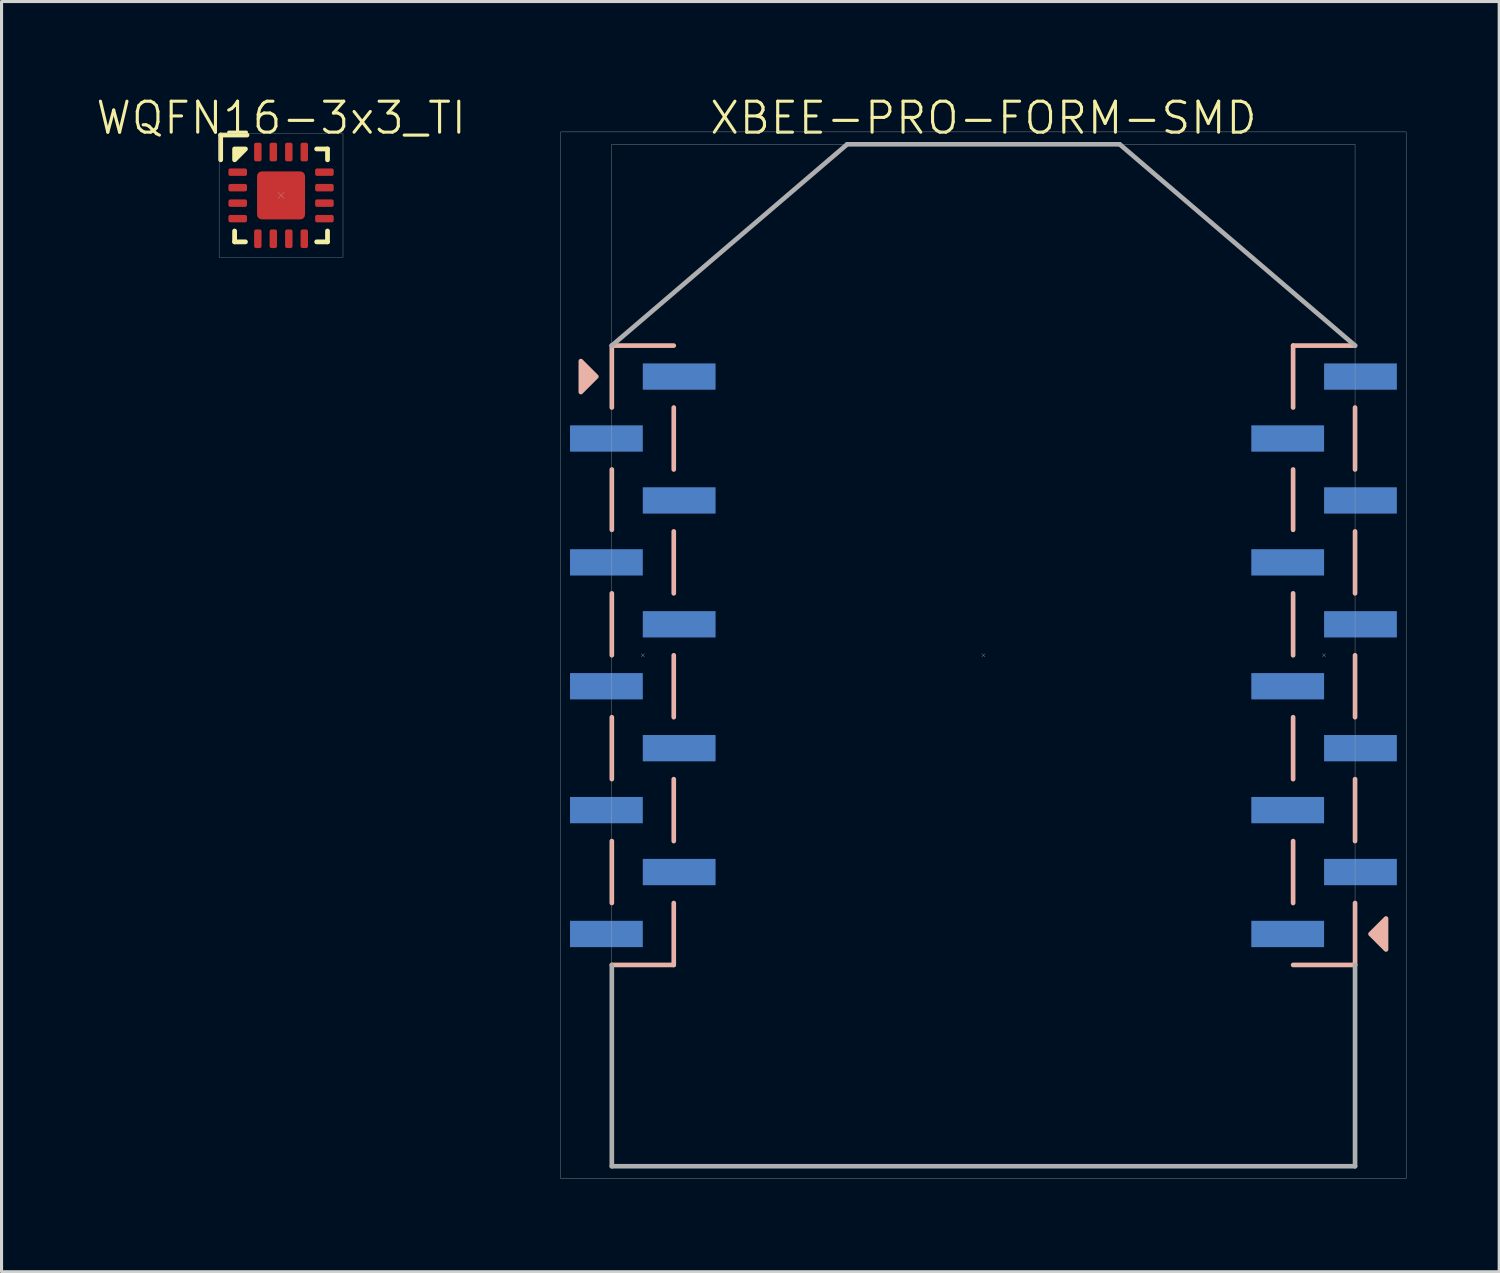
<source format=kicad_pcb>
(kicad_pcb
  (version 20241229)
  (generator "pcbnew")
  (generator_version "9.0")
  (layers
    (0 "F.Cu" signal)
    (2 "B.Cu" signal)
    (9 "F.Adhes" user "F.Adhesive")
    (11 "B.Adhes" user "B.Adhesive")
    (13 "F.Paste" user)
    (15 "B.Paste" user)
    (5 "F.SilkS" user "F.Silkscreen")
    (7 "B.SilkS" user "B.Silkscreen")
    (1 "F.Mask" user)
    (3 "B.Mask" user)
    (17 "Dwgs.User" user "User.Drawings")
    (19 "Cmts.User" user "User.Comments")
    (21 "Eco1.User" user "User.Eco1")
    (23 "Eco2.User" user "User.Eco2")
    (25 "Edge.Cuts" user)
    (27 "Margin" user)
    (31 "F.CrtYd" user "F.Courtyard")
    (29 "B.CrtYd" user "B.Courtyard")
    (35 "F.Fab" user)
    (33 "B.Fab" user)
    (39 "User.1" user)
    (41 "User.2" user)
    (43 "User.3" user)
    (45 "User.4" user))
  (footprint "XBEE-PRO-FORM-SMD"
    (layer "F.Cu")
    (at 28.707 18.11)
    (property "Reference" "XBEE-PRO-FORM-SMD" (at 0 -17.35 0) (unlocked yes) (layer "F.SilkS") (effects (font (size 1 1) (thickness 0.1))))
    (attr smd)
    (fp_line (start -12 -10) (end -12 -8) (stroke (width 0.15) (type default)) (layer "B.SilkS"))
    (fp_line (start -12 -6) (end -12 -4.05) (stroke (width 0.15) (type default)) (layer "B.SilkS"))
    (fp_line (start -12 -2) (end -12 0) (stroke (width 0.15) (type default)) (layer "B.SilkS"))
    (fp_line (start -12 2) (end -12 4) (stroke (width 0.15) (type default)) (layer "B.SilkS"))
    (fp_line (start -12 6) (end -12 8) (stroke (width 0.15) (type default)) (layer "B.SilkS"))
    (fp_line (start -10 -10) (end -12 -10) (stroke (width 0.15) (type default)) (layer "B.SilkS"))
    (fp_line (start -10 -6) (end -10 -8) (stroke (width 0.15) (type default)) (layer "B.SilkS"))
    (fp_line (start -10 -2) (end -10 -4) (stroke (width 0.15) (type default)) (layer "B.SilkS"))
    (fp_line (start -10 2) (end -10 0) (stroke (width 0.15) (type default)) (layer "B.SilkS"))
    (fp_line (start -10 6) (end -10 4) (stroke (width 0.15) (type default)) (layer "B.SilkS"))
    (fp_line (start -10 10) (end -12 10) (stroke (width 0.15) (type default)) (layer "B.SilkS"))
    (fp_line (start -10 10) (end -10 8) (stroke (width 0.15) (type default)) (layer "B.SilkS"))
    (fp_line (start 10 -10) (end 10 -8) (stroke (width 0.15) (type default)) (layer "B.SilkS"))
    (fp_line (start 10 -6) (end 10 -4.05) (stroke (width 0.15) (type default)) (layer "B.SilkS"))
    (fp_line (start 10 -2) (end 10 0) (stroke (width 0.15) (type default)) (layer "B.SilkS"))
    (fp_line (start 10 2) (end 10 4) (stroke (width 0.15) (type default)) (layer "B.SilkS"))
    (fp_line (start 10 6) (end 10 8) (stroke (width 0.15) (type default)) (layer "B.SilkS"))
    (fp_line (start 12 -10) (end 10 -10) (stroke (width 0.15) (type default)) (layer "B.SilkS"))
    (fp_line (start 12 -6) (end 12 -8) (stroke (width 0.15) (type default)) (layer "B.SilkS"))
    (fp_line (start 12 -2) (end 12 -4) (stroke (width 0.15) (type default)) (layer "B.SilkS"))
    (fp_line (start 12 2) (end 12 0) (stroke (width 0.15) (type default)) (layer "B.SilkS"))
    (fp_line (start 12 6) (end 12 4) (stroke (width 0.15) (type default)) (layer "B.SilkS"))
    (fp_line (start 12 10) (end 10 10) (stroke (width 0.15) (type default)) (layer "B.SilkS"))
    (fp_line (start 12 10) (end 12 8) (stroke (width 0.15) (type default)) (layer "B.SilkS"))
    (fp_poly (pts (xy -12.5 -9) (xy -13 -9.5) (xy -13 -8.5)) (stroke (width 0.15) (type solid)) (fill yes) (layer "B.SilkS"))
    (fp_poly (pts (xy 12.5 9) (xy 13 9.5) (xy 13 8.5)) (stroke (width 0.15) (type solid)) (fill yes) (layer "B.SilkS"))
    (fp_line (start -12 -10) (end -4.4 -16.5) (stroke (width 0.15) (type default)) (layer "F.Fab"))
    (fp_line (start -12 10) (end -12 16.5) (stroke (width 0.15) (type default)) (layer "F.Fab"))
    (fp_line (start -12 16.5) (end 12 16.5) (stroke (width 0.15) (type default)) (layer "F.Fab"))
    (fp_line (start -11.05 0.05) (end -10.95 -0.05) (stroke (width 0.01) (type default)) (layer "F.Fab"))
    (fp_line (start -10.95 0.05) (end -11.05 -0.05) (stroke (width 0.01) (type default)) (layer "F.Fab"))
    (fp_line (start -4.4 -16.5) (end 4.4 -16.5) (stroke (width 0.15) (type default)) (layer "F.Fab"))
    (fp_line (start -0.05 -0.05) (end 0.05 0.05) (stroke (width 0.01) (type default)) (layer "F.Fab"))
    (fp_line (start 0.05 -0.05) (end -0.05 0.05) (stroke (width 0.01) (type default)) (layer "F.Fab"))
    (fp_line (start 4.4 -16.5) (end 12 -10) (stroke (width 0.15) (type default)) (layer "F.Fab"))
    (fp_line (start 10.95 0.05) (end 11.05 -0.05) (stroke (width 0.01) (type default)) (layer "F.Fab"))
    (fp_line (start 11.05 0.05) (end 10.95 -0.05) (stroke (width 0.01) (type default)) (layer "F.Fab"))
    (fp_line (start 12 16.5) (end 12 10) (stroke (width 0.15) (type default)) (layer "F.Fab"))
    (fp_rect (start -13.65 -16.9) (end 13.65 16.9) (stroke (width 0.01) (type default)) (fill no) (layer "F.Fab"))
    (fp_rect (start -12 -16.5) (end 12 16.5) (stroke (width 0.01) (type default)) (fill no) (layer "F.Fab"))
    (pad "1" smd rect (at -9.825 -9 270) (size 0.85 2.35) (layers "B.Cu" "B.Mask" "B.Paste"))
    (pad "2" smd rect (at -12.175 -7 270) (size 0.85 2.35) (layers "B.Cu" "B.Mask" "B.Paste"))
    (pad "3" smd rect (at -9.825 -5 270) (size 0.85 2.35) (layers "B.Cu" "B.Mask" "B.Paste"))
    (pad "4" smd rect (at -12.175 -3 270) (size 0.85 2.35) (layers "B.Cu" "B.Mask" "B.Paste"))
    (pad "5" smd rect (at -9.825 -1 270) (size 0.85 2.35) (layers "B.Cu" "B.Mask" "B.Paste"))
    (pad "6" smd rect (at -12.175 1 270) (size 0.85 2.35) (layers "B.Cu" "B.Mask" "B.Paste"))
    (pad "7" smd rect (at -9.825 3 270) (size 0.85 2.35) (layers "B.Cu" "B.Mask" "B.Paste"))
    (pad "8" smd rect (at -12.175 5 270) (size 0.85 2.35) (layers "B.Cu" "B.Mask" "B.Paste"))
    (pad "9" smd rect (at -9.825 7 270) (size 0.85 2.35) (layers "B.Cu" "B.Mask" "B.Paste"))
    (pad "10" smd rect (at -12.175 9 270) (size 0.85 2.35) (layers "B.Cu" "B.Mask" "B.Paste"))
    (pad "11" smd rect (at 9.825 9 270) (size 0.85 2.35) (layers "B.Cu" "B.Mask" "B.Paste"))
    (pad "12" smd rect (at 12.175 7 270) (size 0.85 2.35) (layers "B.Cu" "B.Mask" "B.Paste"))
    (pad "13" smd rect (at 9.825 5 270) (size 0.85 2.35) (layers "B.Cu" "B.Mask" "B.Paste"))
    (pad "14" smd rect (at 12.175 3 270) (size 0.85 2.35) (layers "B.Cu" "B.Mask" "B.Paste"))
    (pad "15" smd rect (at 9.825 1 270) (size 0.85 2.35) (layers "B.Cu" "B.Mask" "B.Paste"))
    (pad "16" smd rect (at 12.175 -1 270) (size 0.85 2.35) (layers "B.Cu" "B.Mask" "B.Paste"))
    (pad "17" smd rect (at 9.825 -3 270) (size 0.85 2.35) (layers "B.Cu" "B.Mask" "B.Paste"))
    (pad "18" smd rect (at 12.175 -5 270) (size 0.85 2.35) (layers "B.Cu" "B.Mask" "B.Paste"))
    (pad "19" smd rect (at 9.825 -7 270) (size 0.85 2.35) (layers "B.Cu" "B.Mask" "B.Paste"))
    (pad "20" smd rect (at 12.175 -9 270) (size 0.85 2.35) (layers "B.Cu" "B.Mask" "B.Paste")))
  (footprint "WQFN16-3x3_TI"
    (layer "F.Cu")
    (at 6.026 3.26)
    (property "Reference" "WQFN16-3x3_TI" (at 0 -2.5 0) (unlocked yes) (layer "F.SilkS") (effects (font (size 1 1) (thickness 0.1))))
    (attr smd)
    (fp_line (start -1.95 -1.95) (end -1.1 -1.95) (stroke (width 0.154) (type default)) (layer "F.SilkS"))
    (fp_line (start -1.95 -1.15) (end -1.95 -1.95) (stroke (width 0.154) (type default)) (layer "F.SilkS"))
    (fp_line (start -1.5 1.5) (end -1.5 1.15) (stroke (width 0.154) (type default)) (layer "F.SilkS"))
    (fp_line (start -1.5 1.5) (end -1.15 1.5) (stroke (width 0.154) (type default)) (layer "F.SilkS"))
    (fp_line (start 1.15 -1.5) (end 1.5 -1.5) (stroke (width 0.154) (type default)) (layer "F.SilkS"))
    (fp_line (start 1.5 -1.5) (end 1.5 -1.15) (stroke (width 0.154) (type default)) (layer "F.SilkS"))
    (fp_line (start 1.5 1.5) (end 1.15 1.5) (stroke (width 0.154) (type default)) (layer "F.SilkS"))
    (fp_line (start 1.5 1.5) (end 1.5 1.15) (stroke (width 0.154) (type default)) (layer "F.SilkS"))
    (fp_poly (pts (xy -1.5 -1.5) (xy -1.5 -1.15) (xy -1.15 -1.5)) (stroke (width 0.154) (type solid)) (fill yes) (layer "F.SilkS"))
    (fp_line (start -0.1 -0.1) (end 0.1 0.1) (stroke (width 0.01) (type default)) (layer "F.Fab"))
    (fp_line (start 0.1 -0.1) (end -0.1 0.1) (stroke (width 0.01) (type default)) (layer "F.Fab"))
    (fp_rect (start -2 -2) (end 2 2) (stroke (width 0.01) (type default)) (fill no) (layer "F.Fab"))
    (pad "1" smd roundrect (at -1.4 -0.75) (size 0.6 0.24) (layers "F.Cu" "F.Mask" "F.Paste") (roundrect_rratio 0.25))
    (pad "2" smd roundrect (at -1.4 -0.25) (size 0.6 0.24) (layers "F.Cu" "F.Mask" "F.Paste") (roundrect_rratio 0.25))
    (pad "3" smd roundrect (at -1.4 0.25) (size 0.6 0.24) (layers "F.Cu" "F.Mask" "F.Paste") (roundrect_rratio 0.25))
    (pad "4" smd roundrect (at -1.4 0.75) (size 0.6 0.24) (layers "F.Cu" "F.Mask" "F.Paste") (roundrect_rratio 0.25))
    (pad "5" smd roundrect (at -0.75 1.4 90) (size 0.6 0.24) (layers "F.Cu" "F.Mask" "F.Paste") (roundrect_rratio 0.25))
    (pad "6" smd roundrect (at -0.25 1.4 90) (size 0.6 0.24) (layers "F.Cu" "F.Mask" "F.Paste") (roundrect_rratio 0.25))
    (pad "7" smd roundrect (at 0.25 1.4 90) (size 0.6 0.24) (layers "F.Cu" "F.Mask" "F.Paste") (roundrect_rratio 0.25))
    (pad "8" smd roundrect (at 0.75 1.4 90) (size 0.6 0.24) (layers "F.Cu" "F.Mask" "F.Paste") (roundrect_rratio 0.25))
    (pad "9" smd roundrect (at 1.4 0.75) (size 0.6 0.24) (layers "F.Cu" "F.Mask" "F.Paste") (roundrect_rratio 0.25))
    (pad "10" smd roundrect (at 1.4 0.25) (size 0.6 0.24) (layers "F.Cu" "F.Mask" "F.Paste") (roundrect_rratio 0.25))
    (pad "11" smd roundrect (at 1.4 -0.25) (size 0.6 0.24) (layers "F.Cu" "F.Mask" "F.Paste") (roundrect_rratio 0.25))
    (pad "12" smd roundrect (at 1.4 -0.75) (size 0.6 0.24) (layers "F.Cu" "F.Mask" "F.Paste") (roundrect_rratio 0.25))
    (pad "13" smd roundrect (at 0.75 -1.4 90) (size 0.6 0.24) (layers "F.Cu" "F.Mask" "F.Paste") (roundrect_rratio 0.25))
    (pad "14" smd roundrect (at 0.25 -1.4 90) (size 0.6 0.24) (layers "F.Cu" "F.Mask" "F.Paste") (roundrect_rratio 0.25))
    (pad "15" smd roundrect (at -0.25 -1.4 90) (size 0.6 0.24) (layers "F.Cu" "F.Mask" "F.Paste") (roundrect_rratio 0.25))
    (pad "16" smd roundrect (at -0.75 -1.4 90) (size 0.6 0.24) (layers "F.Cu" "F.Mask" "F.Paste") (roundrect_rratio 0.25))
    (pad "17" smd roundrect (at 0 0) (size 1.55 1.55) (layers "F.Cu" "F.Mask" "F.Paste") (roundrect_rratio 0.1)))
  (gr_rect
    (start -3 -3)
    (end 45.362 38.016)
    (stroke (width 0.1) (type default))
    (fill no)
    (layer "Edge.Cuts")))
</source>
